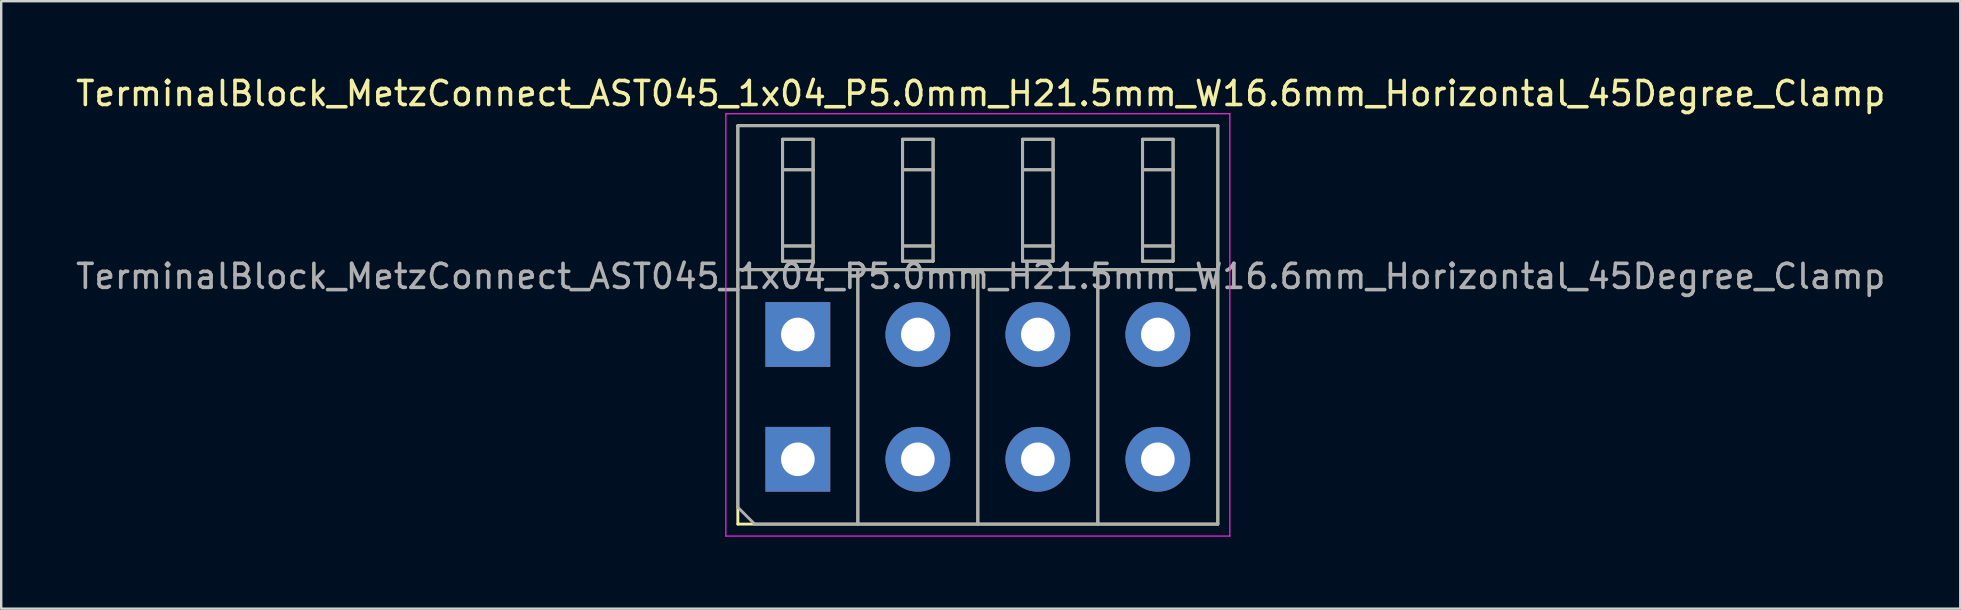
<source format=kicad_pcb>
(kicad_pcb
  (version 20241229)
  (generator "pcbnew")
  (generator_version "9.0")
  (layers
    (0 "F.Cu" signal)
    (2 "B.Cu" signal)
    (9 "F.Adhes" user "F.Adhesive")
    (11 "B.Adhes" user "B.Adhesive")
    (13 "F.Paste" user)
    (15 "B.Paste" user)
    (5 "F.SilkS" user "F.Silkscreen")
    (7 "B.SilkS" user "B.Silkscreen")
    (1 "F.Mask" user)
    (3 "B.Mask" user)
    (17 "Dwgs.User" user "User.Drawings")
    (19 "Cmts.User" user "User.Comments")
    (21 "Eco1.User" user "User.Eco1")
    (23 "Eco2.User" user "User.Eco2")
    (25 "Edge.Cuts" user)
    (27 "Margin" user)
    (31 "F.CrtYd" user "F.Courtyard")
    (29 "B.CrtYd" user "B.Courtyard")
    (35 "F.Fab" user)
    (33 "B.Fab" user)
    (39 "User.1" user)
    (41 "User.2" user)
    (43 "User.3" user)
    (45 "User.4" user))
  (footprint "TerminalBlock_MetzConnect_AST045_1x04_P5.0mm_H21.5mm_W16.6mm_Horizontal_45Degree_Clamp"
    (layer "F.Cu")
    (at 30.195 16.088)
    (property "Reference" "TerminalBlock_MetzConnect_AST045_1x04_P5.0mm_H21.5mm_W16.6mm_Horizontal_45Degree_Clamp" (at 7.62 -15.24 0) (layer "F.SilkS") (effects (font (size 1 1) (thickness 0.15))))
    (attr through_hole)
    (fp_line (start -2.5 -13.9) (end 17.5 -13.9) (stroke (width 0.12) (type solid)) (layer "F.SilkS"))
    (fp_line (start -2.5 -7.9) (end 17.5 -7.9) (stroke (width 0.12) (type solid)) (layer "F.SilkS"))
    (fp_line (start -2.5 2.7) (end -2.5 -13.9) (stroke (width 0.12) (type solid)) (layer "F.SilkS"))
    (fp_line (start -2.5 2.7) (end 17.5 2.7) (stroke (width 0.12) (type solid)) (layer "F.SilkS"))
    (fp_line (start -0.635 -13.335) (end 0.635 -13.335) (stroke (width 0.12) (type solid)) (layer "F.SilkS"))
    (fp_line (start -0.635 -12.065) (end 0.635 -12.065) (stroke (width 0.12) (type solid)) (layer "F.SilkS"))
    (fp_line (start -0.635 -8.89) (end 0.635 -8.89) (stroke (width 0.12) (type solid)) (layer "F.SilkS"))
    (fp_line (start -0.635 -8.255) (end -0.635 -13.335) (stroke (width 0.12) (type solid)) (layer "F.SilkS"))
    (fp_line (start 0.635 -13.335) (end 0.635 -8.255) (stroke (width 0.12) (type solid)) (layer "F.SilkS"))
    (fp_line (start 0.635 -8.255) (end -0.635 -8.255) (stroke (width 0.12) (type solid)) (layer "F.SilkS"))
    (fp_line (start 2.5 -7.9) (end 2.5 2.7) (stroke (width 0.12) (type solid)) (layer "F.SilkS"))
    (fp_line (start 4.365 -13.335) (end 5.635 -13.335) (stroke (width 0.12) (type solid)) (layer "F.SilkS"))
    (fp_line (start 4.365 -12.065) (end 5.635 -12.065) (stroke (width 0.12) (type solid)) (layer "F.SilkS"))
    (fp_line (start 4.365 -8.89) (end 5.635 -8.89) (stroke (width 0.12) (type solid)) (layer "F.SilkS"))
    (fp_line (start 4.365 -8.255) (end 4.365 -13.335) (stroke (width 0.12) (type solid)) (layer "F.SilkS"))
    (fp_line (start 5.635 -13.335) (end 5.635 -8.255) (stroke (width 0.12) (type solid)) (layer "F.SilkS"))
    (fp_line (start 5.635 -8.255) (end 4.365 -8.255) (stroke (width 0.12) (type solid)) (layer "F.SilkS"))
    (fp_line (start 7.5 -7.9) (end 7.5 2.7) (stroke (width 0.12) (type solid)) (layer "F.SilkS"))
    (fp_line (start 9.365 -13.335) (end 10.635 -13.335) (stroke (width 0.12) (type solid)) (layer "F.SilkS"))
    (fp_line (start 9.365 -12.065) (end 10.635 -12.065) (stroke (width 0.12) (type solid)) (layer "F.SilkS"))
    (fp_line (start 9.365 -8.89) (end 10.635 -8.89) (stroke (width 0.12) (type solid)) (layer "F.SilkS"))
    (fp_line (start 9.365 -8.255) (end 9.365 -13.335) (stroke (width 0.12) (type solid)) (layer "F.SilkS"))
    (fp_line (start 10.635 -13.335) (end 10.635 -8.255) (stroke (width 0.12) (type solid)) (layer "F.SilkS"))
    (fp_line (start 10.635 -8.255) (end 9.365 -8.255) (stroke (width 0.12) (type solid)) (layer "F.SilkS"))
    (fp_line (start 12.5 -7.9) (end 12.5 2.7) (stroke (width 0.12) (type solid)) (layer "F.SilkS"))
    (fp_line (start 14.365 -13.335) (end 15.635 -13.335) (stroke (width 0.12) (type solid)) (layer "F.SilkS"))
    (fp_line (start 14.365 -12.065) (end 15.635 -12.065) (stroke (width 0.12) (type solid)) (layer "F.SilkS"))
    (fp_line (start 14.365 -8.89) (end 15.635 -8.89) (stroke (width 0.12) (type solid)) (layer "F.SilkS"))
    (fp_line (start 14.365 -8.255) (end 14.365 -13.335) (stroke (width 0.12) (type solid)) (layer "F.SilkS"))
    (fp_line (start 15.635 -13.335) (end 15.635 -8.255) (stroke (width 0.12) (type solid)) (layer "F.SilkS"))
    (fp_line (start 15.635 -8.255) (end 14.365 -8.255) (stroke (width 0.12) (type solid)) (layer "F.SilkS"))
    (fp_line (start 17.5 -13.9) (end 17.5 2.7) (stroke (width 0.12) (type solid)) (layer "F.SilkS"))
    (fp_line (start -3 -14.4) (end 18 -14.4) (stroke (width 0.05) (type solid)) (layer "F.CrtYd"))
    (fp_line (start -3 3.2) (end -3 -14.4) (stroke (width 0.05) (type solid)) (layer "F.CrtYd"))
    (fp_line (start -3 3.2) (end 18 3.2) (stroke (width 0.05) (type solid)) (layer "F.CrtYd"))
    (fp_line (start 18 3.2) (end 18 -14.4) (stroke (width 0.05) (type solid)) (layer "F.CrtYd"))
    (fp_line (start -2.5 -13.9) (end 17.5 -13.9) (stroke (width 0.12) (type solid)) (layer "F.Fab"))
    (fp_line (start -2.5 -7.9) (end 17.5 -7.9) (stroke (width 0.12) (type solid)) (layer "F.Fab"))
    (fp_line (start -2.5 2) (end -2.5 -13.9) (stroke (width 0.12) (type solid)) (layer "F.Fab"))
    (fp_line (start -2.5 2) (end -1.8 2.7) (stroke (width 0.12) (type solid)) (layer "F.Fab"))
    (fp_line (start -1.8 2.7) (end 17.5 2.7) (stroke (width 0.12) (type solid)) (layer "F.Fab"))
    (fp_line (start -0.635 -13.335) (end 0.635 -13.335) (stroke (width 0.12) (type solid)) (layer "F.Fab"))
    (fp_line (start -0.635 -12.065) (end 0.635 -12.065) (stroke (width 0.12) (type solid)) (layer "F.Fab"))
    (fp_line (start -0.635 -8.89) (end 0.635 -8.89) (stroke (width 0.12) (type solid)) (layer "F.Fab"))
    (fp_line (start -0.635 -8.255) (end -0.635 -13.335) (stroke (width 0.12) (type solid)) (layer "F.Fab"))
    (fp_line (start 0.635 -13.335) (end 0.635 -8.255) (stroke (width 0.12) (type solid)) (layer "F.Fab"))
    (fp_line (start 0.635 -8.255) (end -0.635 -8.255) (stroke (width 0.12) (type solid)) (layer "F.Fab"))
    (fp_line (start 2.5 -7.9) (end 2.5 2.7) (stroke (width 0.12) (type solid)) (layer "F.Fab"))
    (fp_line (start 4.365 -13.335) (end 5.635 -13.335) (stroke (width 0.12) (type solid)) (layer "F.Fab"))
    (fp_line (start 4.365 -12.065) (end 5.635 -12.065) (stroke (width 0.12) (type solid)) (layer "F.Fab"))
    (fp_line (start 4.365 -8.89) (end 5.635 -8.89) (stroke (width 0.12) (type solid)) (layer "F.Fab"))
    (fp_line (start 4.365 -8.255) (end 4.365 -13.335) (stroke (width 0.12) (type solid)) (layer "F.Fab"))
    (fp_line (start 5.635 -13.335) (end 5.635 -8.255) (stroke (width 0.12) (type solid)) (layer "F.Fab"))
    (fp_line (start 5.635 -8.255) (end 4.365 -8.255) (stroke (width 0.12) (type solid)) (layer "F.Fab"))
    (fp_line (start 7.5 -7.9) (end 7.5 2.7) (stroke (width 0.12) (type solid)) (layer "F.Fab"))
    (fp_line (start 9.365 -13.335) (end 10.635 -13.335) (stroke (width 0.12) (type solid)) (layer "F.Fab"))
    (fp_line (start 9.365 -12.065) (end 10.635 -12.065) (stroke (width 0.12) (type solid)) (layer "F.Fab"))
    (fp_line (start 9.365 -8.89) (end 10.635 -8.89) (stroke (width 0.12) (type solid)) (layer "F.Fab"))
    (fp_line (start 9.365 -8.255) (end 9.365 -13.335) (stroke (width 0.12) (type solid)) (layer "F.Fab"))
    (fp_line (start 10.635 -13.335) (end 10.635 -8.255) (stroke (width 0.12) (type solid)) (layer "F.Fab"))
    (fp_line (start 10.635 -8.255) (end 9.365 -8.255) (stroke (width 0.12) (type solid)) (layer "F.Fab"))
    (fp_line (start 12.5 -7.9) (end 12.5 2.7) (stroke (width 0.12) (type solid)) (layer "F.Fab"))
    (fp_line (start 14.365 -13.335) (end 15.635 -13.335) (stroke (width 0.12) (type solid)) (layer "F.Fab"))
    (fp_line (start 14.365 -12.065) (end 15.635 -12.065) (stroke (width 0.12) (type solid)) (layer "F.Fab"))
    (fp_line (start 14.365 -8.89) (end 15.635 -8.89) (stroke (width 0.12) (type solid)) (layer "F.Fab"))
    (fp_line (start 14.365 -8.255) (end 14.365 -13.335) (stroke (width 0.12) (type solid)) (layer "F.Fab"))
    (fp_line (start 15.635 -13.335) (end 15.635 -8.255) (stroke (width 0.12) (type solid)) (layer "F.Fab"))
    (fp_line (start 15.635 -8.255) (end 14.365 -8.255) (stroke (width 0.12) (type solid)) (layer "F.Fab"))
    (fp_line (start 17.5 -13.9) (end 17.5 2.7) (stroke (width 0.12) (type solid)) (layer "F.Fab"))
    (fp_text user "${REFERENCE}" (at 7.62 -7.62 0) (layer "F.Fab") (effects (font (size 1 1) (thickness 0.15))))
    (pad "1" thru_hole rect (at 0 -5.2) (size 2.7 2.7) (drill 1.4) (layers "*.Cu" "*.Mask"))
    (pad "1" thru_hole rect (at 0 0) (size 2.7 2.7) (drill 1.4) (layers "*.Cu" "*.Mask"))
    (pad "2" thru_hole circle (at 5 -5.2) (size 2.7 2.7) (drill 1.4) (layers "*.Cu" "*.Mask"))
    (pad "2" thru_hole circle (at 5 0) (size 2.7 2.7) (drill 1.4) (layers "*.Cu" "*.Mask"))
    (pad "3" thru_hole circle (at 10 -5.2) (size 2.7 2.7) (drill 1.4) (layers "*.Cu" "*.Mask"))
    (pad "3" thru_hole circle (at 10 0) (size 2.7 2.7) (drill 1.4) (layers "*.Cu" "*.Mask"))
    (pad "4" thru_hole circle (at 15 -5.2) (size 2.7 2.7) (drill 1.4) (layers "*.Cu" "*.Mask"))
    (pad "4" thru_hole circle (at 15 0) (size 2.7 2.7) (drill 1.4) (layers "*.Cu" "*.Mask")))
  (gr_rect
    (start -3 -3)
    (end 78.631 22.313)
    (stroke (width 0.1) (type default))
    (fill no)
    (layer "Edge.Cuts")))
</source>
